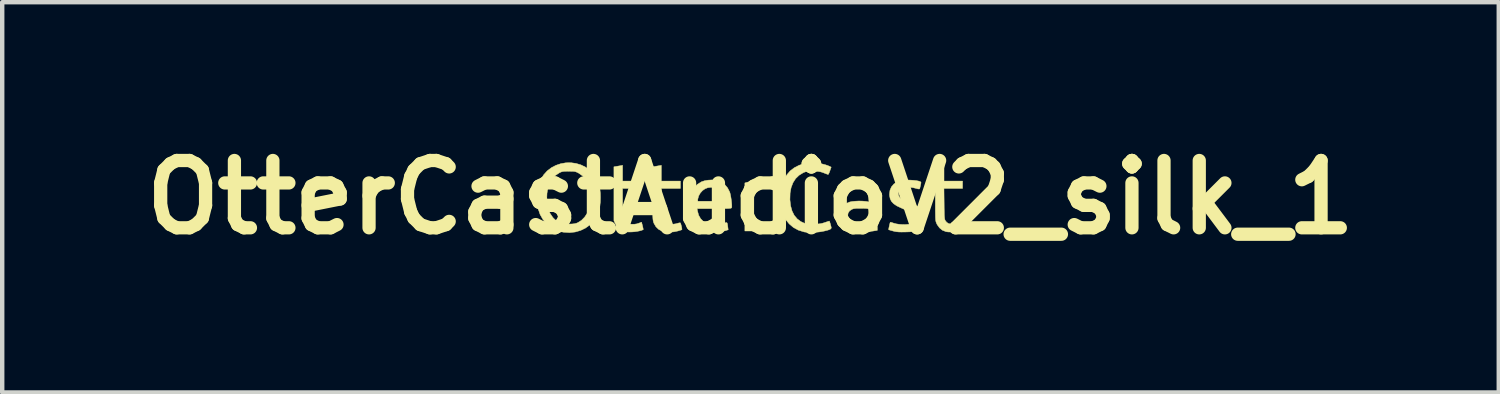
<source format=kicad_pcb>
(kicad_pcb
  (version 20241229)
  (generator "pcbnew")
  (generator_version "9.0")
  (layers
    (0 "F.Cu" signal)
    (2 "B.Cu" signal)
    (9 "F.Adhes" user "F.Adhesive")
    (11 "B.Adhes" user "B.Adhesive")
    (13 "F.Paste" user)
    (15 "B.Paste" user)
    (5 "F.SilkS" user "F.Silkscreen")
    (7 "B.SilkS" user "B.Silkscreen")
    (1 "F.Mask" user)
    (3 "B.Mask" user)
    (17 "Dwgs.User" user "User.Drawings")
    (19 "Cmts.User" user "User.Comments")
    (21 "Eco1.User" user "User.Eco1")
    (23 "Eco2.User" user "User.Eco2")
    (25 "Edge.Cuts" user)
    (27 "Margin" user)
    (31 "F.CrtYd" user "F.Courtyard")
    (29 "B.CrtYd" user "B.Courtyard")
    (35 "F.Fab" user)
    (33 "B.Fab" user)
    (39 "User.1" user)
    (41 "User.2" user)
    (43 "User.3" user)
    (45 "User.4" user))
  (footprint "OtterCastAudioV2_silk_1"
    (layer "F.Cu")
    (at 13.941 1.418)
    (property "Reference" "OtterCastAudioV2_silk_1" (at 0 0 0) (layer "F.SilkS") (effects (font (size 1.524 1.524) (thickness 0.3))))
    (attr through_hole)
    (fp_poly (pts (xy 0.422 -0.382) (xy 0.436 -0.379) (xy 0.475 -0.37) (xy 0.498 -0.359) (xy 0.507 -0.341) (xy 0.505 -0.309) (xy 0.495 -0.257) (xy 0.494 -0.255) (xy 0.486 -0.218) (xy 0.477 -0.2) (xy 0.462 -0.197) (xy 0.44 -0.201) (xy 0.409 -0.205) (xy 0.361 -0.207) (xy 0.303 -0.209) (xy 0.242 -0.209) (xy 0.185 -0.208) (xy 0.137 -0.206) (xy 0.105 -0.202) (xy 0.098 -0.2) (xy 0.093 -0.197) (xy 0.088 -0.189) (xy 0.084 -0.174) (xy 0.082 -0.151) (xy 0.079 -0.116) (xy 0.078 -0.068) (xy 0.077 -0.003) (xy 0.076 0.08) (xy 0.076 0.185) (xy 0.076 0.285) (xy 0.076 0.762) (xy -0.127 0.762) (xy -0.127 -0.326) (xy -0.079 -0.34) (xy 0.052 -0.371) (xy 0.184 -0.389) (xy 0.31 -0.393) (xy 0.422 -0.382)) (stroke (width 0.01) (type solid)) (fill yes) (layer "F.SilkS"))
    (fp_poly (pts (xy -2.896 -0.368) (xy -2.464 -0.368) (xy -2.464 -0.203) (xy -2.896 -0.203) (xy -2.896 0.116) (xy -2.895 0.228) (xy -2.894 0.317) (xy -2.891 0.387) (xy -2.886 0.441) (xy -2.879 0.482) (xy -2.869 0.513) (xy -2.856 0.538) (xy -2.839 0.559) (xy -2.83 0.568) (xy -2.807 0.586) (xy -2.784 0.598) (xy -2.751 0.604) (xy -2.701 0.607) (xy -2.695 0.608) (xy -2.629 0.608) (xy -2.578 0.601) (xy -2.532 0.587) (xy -2.466 0.562) (xy -2.445 0.645) (xy -2.435 0.687) (xy -2.429 0.717) (xy -2.428 0.73) (xy -2.458 0.744) (xy -2.506 0.758) (xy -2.566 0.77) (xy -2.632 0.779) (xy -2.686 0.783) (xy -2.753 0.784) (xy -2.803 0.782) (xy -2.844 0.775) (xy -2.881 0.764) (xy -2.959 0.724) (xy -3.021 0.663) (xy -3.063 0.592) (xy -3.092 0.527) (xy -3.092 -0.691) (xy -3.035 -0.701) (xy -2.989 -0.709) (xy -2.946 -0.716) (xy -2.937 -0.718) (xy -2.896 -0.725) (xy -2.896 -0.368)) (stroke (width 0.01) (type solid)) (fill yes) (layer "F.SilkS"))
    (fp_poly (pts (xy -2.019 -0.368) (xy -1.587 -0.368) (xy -1.587 -0.203) (xy -2.021 -0.203) (xy -2.017 0.137) (xy -2.015 0.248) (xy -2.013 0.337) (xy -2.01 0.406) (xy -2.005 0.459) (xy -1.997 0.498) (xy -1.987 0.527) (xy -1.973 0.549) (xy -1.954 0.566) (xy -1.931 0.582) (xy -1.927 0.585) (xy -1.883 0.601) (xy -1.823 0.609) (xy -1.756 0.608) (xy -1.691 0.599) (xy -1.658 0.59) (xy -1.622 0.58) (xy -1.596 0.576) (xy -1.589 0.577) (xy -1.581 0.591) (xy -1.572 0.622) (xy -1.562 0.66) (xy -1.555 0.696) (xy -1.552 0.723) (xy -1.553 0.732) (xy -1.567 0.738) (xy -1.599 0.748) (xy -1.642 0.761) (xy -1.646 0.762) (xy -1.738 0.781) (xy -1.836 0.787) (xy -1.93 0.78) (xy -2.007 0.763) (xy -2.08 0.724) (xy -2.14 0.666) (xy -2.184 0.591) (xy -2.193 0.568) (xy -2.199 0.55) (xy -2.203 0.531) (xy -2.207 0.506) (xy -2.21 0.475) (xy -2.212 0.434) (xy -2.214 0.381) (xy -2.215 0.314) (xy -2.215 0.231) (xy -2.216 0.128) (xy -2.216 0.004) (xy -2.216 -0.095) (xy -2.216 -0.691) (xy -2.159 -0.701) (xy -2.113 -0.709) (xy -2.07 -0.716) (xy -2.061 -0.718) (xy -2.019 -0.725) (xy -2.019 -0.368)) (stroke (width 0.01) (type solid)) (fill yes) (layer "F.SilkS"))
    (fp_poly (pts (xy 4.381 -0.368) (xy 4.801 -0.368) (xy 4.801 -0.203) (xy 4.59 -0.203) (xy 4.38 -0.203) (xy 4.384 0.143) (xy 4.385 0.247) (xy 4.387 0.328) (xy 4.388 0.391) (xy 4.391 0.437) (xy 4.394 0.471) (xy 4.398 0.495) (xy 4.404 0.513) (xy 4.411 0.527) (xy 4.413 0.53) (xy 4.441 0.564) (xy 4.476 0.589) (xy 4.478 0.59) (xy 4.527 0.604) (xy 4.59 0.609) (xy 4.659 0.606) (xy 4.723 0.594) (xy 4.749 0.586) (xy 4.812 0.562) (xy 4.827 0.633) (xy 4.836 0.674) (xy 4.844 0.706) (xy 4.847 0.718) (xy 4.84 0.732) (xy 4.813 0.745) (xy 4.769 0.757) (xy 4.714 0.768) (xy 4.652 0.777) (xy 4.587 0.783) (xy 4.525 0.785) (xy 4.47 0.783) (xy 4.427 0.776) (xy 4.426 0.776) (xy 4.345 0.744) (xy 4.28 0.691) (xy 4.227 0.618) (xy 4.214 0.591) (xy 4.207 0.576) (xy 4.202 0.561) (xy 4.197 0.544) (xy 4.193 0.523) (xy 4.19 0.495) (xy 4.188 0.459) (xy 4.187 0.411) (xy 4.186 0.349) (xy 4.185 0.271) (xy 4.185 0.174) (xy 4.185 0.057) (xy 4.185 -0.082) (xy 4.185 -0.691) (xy 4.242 -0.701) (xy 4.288 -0.709) (xy 4.331 -0.716) (xy 4.34 -0.718) (xy 4.381 -0.725) (xy 4.381 -0.368)) (stroke (width 0.01) (type solid)) (fill yes) (layer "F.SilkS"))
    (fp_poly (pts (xy -0.797 -0.39) (xy -0.752 -0.381) (xy -0.661 -0.346) (xy -0.583 -0.29) (xy -0.519 -0.214) (xy -0.471 -0.121) (xy -0.469 -0.116) (xy -0.458 -0.076) (xy -0.447 -0.022) (xy -0.437 0.041) (xy -0.429 0.104) (xy -0.424 0.162) (xy -0.423 0.207) (xy -0.426 0.231) (xy -0.43 0.238) (xy -0.438 0.243) (xy -0.452 0.247) (xy -0.477 0.25) (xy -0.514 0.252) (xy -0.565 0.253) (xy -0.635 0.254) (xy -0.725 0.254) (xy -0.821 0.254) (xy -1.209 0.254) (xy -1.2 0.308) (xy -1.174 0.404) (xy -1.128 0.485) (xy -1.065 0.548) (xy -1.022 0.576) (xy -0.998 0.587) (xy -0.972 0.595) (xy -0.94 0.6) (xy -0.894 0.602) (xy -0.831 0.603) (xy -0.806 0.603) (xy -0.723 0.602) (xy -0.661 0.598) (xy -0.615 0.591) (xy -0.588 0.583) (xy -0.558 0.572) (xy -0.539 0.571) (xy -0.528 0.583) (xy -0.521 0.612) (xy -0.514 0.663) (xy -0.514 0.663) (xy -0.505 0.734) (xy -0.573 0.756) (xy -0.627 0.768) (xy -0.698 0.777) (xy -0.778 0.782) (xy -0.861 0.784) (xy -0.939 0.781) (xy -1.004 0.775) (xy -1.039 0.768) (xy -1.143 0.727) (xy -1.232 0.665) (xy -1.305 0.585) (xy -1.36 0.487) (xy -1.391 0.398) (xy -1.402 0.334) (xy -1.408 0.256) (xy -1.409 0.172) (xy -1.405 0.092) (xy -1.4 0.059) (xy -1.194 0.059) (xy -1.194 0.089) (xy -0.631 0.089) (xy -0.639 0.026) (xy -0.66 -0.058) (xy -0.698 -0.128) (xy -0.751 -0.18) (xy -0.815 -0.214) (xy -0.887 -0.228) (xy -0.965 -0.219) (xy -1.026 -0.196) (xy -1.086 -0.154) (xy -1.137 -0.097) (xy -1.173 -0.032) (xy -1.192 0.036) (xy -1.194 0.059) (xy -1.4 0.059) (xy -1.395 0.024) (xy -1.389 -0.001) (xy -1.344 -0.117) (xy -1.283 -0.214) (xy -1.205 -0.292) (xy -1.112 -0.351) (xy -1.107 -0.353) (xy -1.042 -0.375) (xy -0.962 -0.389) (xy -0.877 -0.394) (xy -0.797 -0.39)) (stroke (width 0.01) (type solid)) (fill yes) (layer "F.SilkS"))
    (fp_poly (pts (xy -3.95 -0.768) (xy -3.839 -0.735) (xy -3.736 -0.685) (xy -3.642 -0.616) (xy -3.56 -0.531) (xy -3.494 -0.427) (xy -3.489 -0.417) (xy -3.451 -0.335) (xy -3.425 -0.258) (xy -3.409 -0.18) (xy -3.4 -0.092) (xy -3.398 0.006) (xy -3.401 0.11) (xy -3.41 0.197) (xy -3.427 0.275) (xy -3.453 0.352) (xy -3.489 0.429) (xy -3.554 0.534) (xy -3.637 0.623) (xy -3.736 0.695) (xy -3.847 0.749) (xy -3.968 0.784) (xy -4.095 0.798) (xy -4.227 0.79) (xy -4.28 0.78) (xy -4.405 0.741) (xy -4.518 0.68) (xy -4.616 0.6) (xy -4.698 0.502) (xy -4.763 0.388) (xy -4.807 0.26) (xy -4.831 0.126) (xy -4.836 0.006) (xy -4.611 0.006) (xy -4.603 0.142) (xy -4.58 0.259) (xy -4.539 0.361) (xy -4.48 0.449) (xy -4.462 0.47) (xy -4.401 0.528) (xy -4.336 0.569) (xy -4.262 0.594) (xy -4.174 0.605) (xy -4.096 0.605) (xy -4.029 0.602) (xy -3.98 0.596) (xy -3.941 0.586) (xy -3.905 0.571) (xy -3.826 0.52) (xy -3.755 0.448) (xy -3.696 0.36) (xy -3.652 0.262) (xy -3.634 0.193) (xy -3.625 0.128) (xy -3.62 0.049) (xy -3.621 -0.036) (xy -3.626 -0.116) (xy -3.636 -0.183) (xy -3.639 -0.197) (xy -3.678 -0.313) (xy -3.732 -0.409) (xy -3.801 -0.486) (xy -3.886 -0.546) (xy -3.888 -0.547) (xy -3.924 -0.566) (xy -3.953 -0.578) (xy -3.983 -0.586) (xy -4.019 -0.589) (xy -4.069 -0.59) (xy -4.115 -0.591) (xy -4.18 -0.59) (xy -4.226 -0.588) (xy -4.259 -0.583) (xy -4.288 -0.574) (xy -4.317 -0.561) (xy -4.328 -0.555) (xy -4.42 -0.494) (xy -4.494 -0.418) (xy -4.55 -0.326) (xy -4.587 -0.218) (xy -4.607 -0.091) (xy -4.611 0.006) (xy -4.836 0.006) (xy -4.836 -0.014) (xy -4.824 -0.153) (xy -4.794 -0.285) (xy -4.748 -0.404) (xy -4.682 -0.51) (xy -4.602 -0.599) (xy -4.508 -0.671) (xy -4.405 -0.725) (xy -4.295 -0.762) (xy -4.18 -0.782) (xy -4.065 -0.784) (xy -3.95 -0.768)) (stroke (width 0.01) (type solid)) (fill yes) (layer "F.SilkS"))
    (fp_poly (pts (xy 1.471 -0.783) (xy 1.546 -0.772) (xy 1.624 -0.756) (xy 1.697 -0.737) (xy 1.756 -0.717) (xy 1.767 -0.712) (xy 1.827 -0.684) (xy 1.797 -0.599) (xy 1.782 -0.558) (xy 1.767 -0.529) (xy 1.758 -0.517) (xy 1.757 -0.517) (xy 1.741 -0.523) (xy 1.707 -0.535) (xy 1.664 -0.552) (xy 1.657 -0.555) (xy 1.615 -0.57) (xy 1.578 -0.58) (xy 1.537 -0.586) (xy 1.486 -0.589) (xy 1.418 -0.59) (xy 1.416 -0.59) (xy 1.349 -0.59) (xy 1.301 -0.588) (xy 1.265 -0.583) (xy 1.235 -0.575) (xy 1.203 -0.562) (xy 1.192 -0.557) (xy 1.098 -0.499) (xy 1.021 -0.424) (xy 0.962 -0.331) (xy 0.92 -0.222) (xy 0.897 -0.098) (xy 0.893 0.039) (xy 0.893 0.057) (xy 0.909 0.193) (xy 0.941 0.309) (xy 0.99 0.407) (xy 1.056 0.486) (xy 1.138 0.548) (xy 1.216 0.584) (xy 1.251 0.596) (xy 1.285 0.604) (xy 1.324 0.608) (xy 1.374 0.608) (xy 1.441 0.607) (xy 1.516 0.603) (xy 1.574 0.598) (xy 1.623 0.588) (xy 1.671 0.574) (xy 1.688 0.568) (xy 1.733 0.553) (xy 1.767 0.542) (xy 1.784 0.537) (xy 1.785 0.537) (xy 1.793 0.555) (xy 1.804 0.588) (xy 1.815 0.627) (xy 1.824 0.663) (xy 1.829 0.686) (xy 1.829 0.688) (xy 1.824 0.705) (xy 1.809 0.719) (xy 1.779 0.733) (xy 1.731 0.748) (xy 1.674 0.762) (xy 1.587 0.779) (xy 1.49 0.79) (xy 1.393 0.795) (xy 1.302 0.793) (xy 1.226 0.785) (xy 1.208 0.781) (xy 1.081 0.741) (xy 0.97 0.68) (xy 0.875 0.599) (xy 0.796 0.501) (xy 0.735 0.384) (xy 0.698 0.272) (xy 0.684 0.197) (xy 0.676 0.106) (xy 0.673 0.008) (xy 0.675 -0.089) (xy 0.683 -0.175) (xy 0.692 -0.226) (xy 0.722 -0.319) (xy 0.766 -0.416) (xy 0.821 -0.508) (xy 0.824 -0.512) (xy 0.898 -0.598) (xy 0.99 -0.669) (xy 1.098 -0.725) (xy 1.217 -0.765) (xy 1.344 -0.785) (xy 1.409 -0.787) (xy 1.471 -0.783)) (stroke (width 0.01) (type solid)) (fill yes) (layer "F.SilkS"))
    (fp_poly (pts (xy 3.626 -0.39) (xy 3.695 -0.385) (xy 3.757 -0.378) (xy 3.808 -0.368) (xy 3.844 -0.356) (xy 3.86 -0.342) (xy 3.86 -0.339) (xy 3.858 -0.317) (xy 3.851 -0.282) (xy 3.842 -0.242) (xy 3.834 -0.208) (xy 3.83 -0.195) (xy 3.818 -0.189) (xy 3.79 -0.192) (xy 3.746 -0.204) (xy 3.678 -0.22) (xy 3.603 -0.227) (xy 3.529 -0.227) (xy 3.467 -0.218) (xy 3.453 -0.214) (xy 3.396 -0.185) (xy 3.359 -0.145) (xy 3.345 -0.096) (xy 3.355 -0.04) (xy 3.357 -0.035) (xy 3.373 -0.005) (xy 3.397 0.021) (xy 3.433 0.046) (xy 3.483 0.073) (xy 3.553 0.103) (xy 3.582 0.114) (xy 3.67 0.151) (xy 3.738 0.183) (xy 3.79 0.213) (xy 3.83 0.242) (xy 3.851 0.263) (xy 3.889 0.319) (xy 3.914 0.391) (xy 3.924 0.468) (xy 3.918 0.544) (xy 3.91 0.573) (xy 3.879 0.636) (xy 3.832 0.687) (xy 3.765 0.731) (xy 3.75 0.739) (xy 3.715 0.756) (xy 3.685 0.767) (xy 3.654 0.775) (xy 3.617 0.78) (xy 3.568 0.782) (xy 3.499 0.784) (xy 3.493 0.784) (xy 3.414 0.785) (xy 3.352 0.783) (xy 3.302 0.778) (xy 3.256 0.769) (xy 3.227 0.762) (xy 3.182 0.749) (xy 3.147 0.739) (xy 3.129 0.733) (xy 3.128 0.732) (xy 3.129 0.719) (xy 3.134 0.689) (xy 3.142 0.65) (xy 3.151 0.611) (xy 3.159 0.58) (xy 3.166 0.564) (xy 3.166 0.564) (xy 3.179 0.565) (xy 3.21 0.574) (xy 3.246 0.586) (xy 3.304 0.601) (xy 3.374 0.611) (xy 3.45 0.616) (xy 3.524 0.615) (xy 3.589 0.609) (xy 3.638 0.597) (xy 3.646 0.593) (xy 3.692 0.558) (xy 3.716 0.513) (xy 3.72 0.462) (xy 3.7 0.41) (xy 3.688 0.394) (xy 3.662 0.369) (xy 3.626 0.344) (xy 3.574 0.315) (xy 3.506 0.282) (xy 3.417 0.242) (xy 3.403 0.236) (xy 3.31 0.191) (xy 3.241 0.144) (xy 3.193 0.093) (xy 3.163 0.034) (xy 3.149 -0.035) (xy 3.147 -0.071) (xy 3.158 -0.16) (xy 3.191 -0.237) (xy 3.245 -0.301) (xy 3.318 -0.35) (xy 3.381 -0.374) (xy 3.429 -0.384) (xy 3.489 -0.39) (xy 3.556 -0.392) (xy 3.626 -0.39)) (stroke (width 0.01) (type solid)) (fill yes) (layer "F.SilkS"))
    (fp_poly (pts (xy 2.463 -0.392) (xy 2.545 -0.385) (xy 2.616 -0.372) (xy 2.661 -0.358) (xy 2.74 -0.31) (xy 2.799 -0.247) (xy 2.834 -0.186) (xy 2.842 -0.167) (xy 2.849 -0.149) (xy 2.854 -0.129) (xy 2.858 -0.102) (xy 2.861 -0.067) (xy 2.863 -0.021) (xy 2.864 0.04) (xy 2.866 0.117) (xy 2.867 0.215) (xy 2.868 0.313) (xy 2.872 0.746) (xy 2.83 0.754) (xy 2.765 0.764) (xy 2.688 0.772) (xy 2.604 0.779) (xy 2.519 0.783) (xy 2.439 0.786) (xy 2.369 0.785) (xy 2.315 0.782) (xy 2.292 0.779) (xy 2.196 0.75) (xy 2.12 0.709) (xy 2.062 0.656) (xy 2.028 0.604) (xy 2.014 0.574) (xy 2.006 0.541) (xy 2.002 0.498) (xy 2 0.438) (xy 2 0.431) (xy 2 0.414) (xy 2.2 0.414) (xy 2.2 0.448) (xy 2.212 0.511) (xy 2.239 0.556) (xy 2.285 0.588) (xy 2.323 0.603) (xy 2.371 0.612) (xy 2.434 0.619) (xy 2.505 0.621) (xy 2.573 0.62) (xy 2.631 0.614) (xy 2.632 0.614) (xy 2.68 0.606) (xy 2.68 0.436) (xy 2.679 0.367) (xy 2.678 0.318) (xy 2.675 0.287) (xy 2.67 0.269) (xy 2.663 0.26) (xy 2.657 0.257) (xy 2.636 0.253) (xy 2.596 0.25) (xy 2.542 0.248) (xy 2.489 0.248) (xy 2.42 0.248) (xy 2.37 0.252) (xy 2.334 0.257) (xy 2.305 0.267) (xy 2.294 0.272) (xy 2.242 0.307) (xy 2.211 0.354) (xy 2.2 0.414) (xy 2 0.414) (xy 2.001 0.373) (xy 2.004 0.332) (xy 2.01 0.303) (xy 2.022 0.278) (xy 2.035 0.256) (xy 2.094 0.189) (xy 2.171 0.137) (xy 2.247 0.105) (xy 2.302 0.094) (xy 2.374 0.087) (xy 2.454 0.083) (xy 2.534 0.085) (xy 2.605 0.091) (xy 2.621 0.093) (xy 2.684 0.104) (xy 2.676 0.019) (xy 2.659 -0.067) (xy 2.627 -0.133) (xy 2.578 -0.182) (xy 2.513 -0.213) (xy 2.429 -0.227) (xy 2.328 -0.223) (xy 2.248 -0.211) (xy 2.189 -0.201) (xy 2.152 -0.199) (xy 2.134 -0.203) (xy 2.133 -0.205) (xy 2.127 -0.223) (xy 2.121 -0.256) (xy 2.115 -0.294) (xy 2.112 -0.328) (xy 2.112 -0.349) (xy 2.113 -0.352) (xy 2.127 -0.356) (xy 2.159 -0.364) (xy 2.203 -0.374) (xy 2.211 -0.376) (xy 2.289 -0.388) (xy 2.375 -0.393) (xy 2.463 -0.392)) (stroke (width 0.01) (type solid)) (fill yes) (layer "F.SilkS")))
  (gr_rect
    (start -3 -3)
    (end 30.882 5.836)
    (stroke (width 0.1) (type default))
    (fill no)
    (layer "Edge.Cuts")))
</source>
